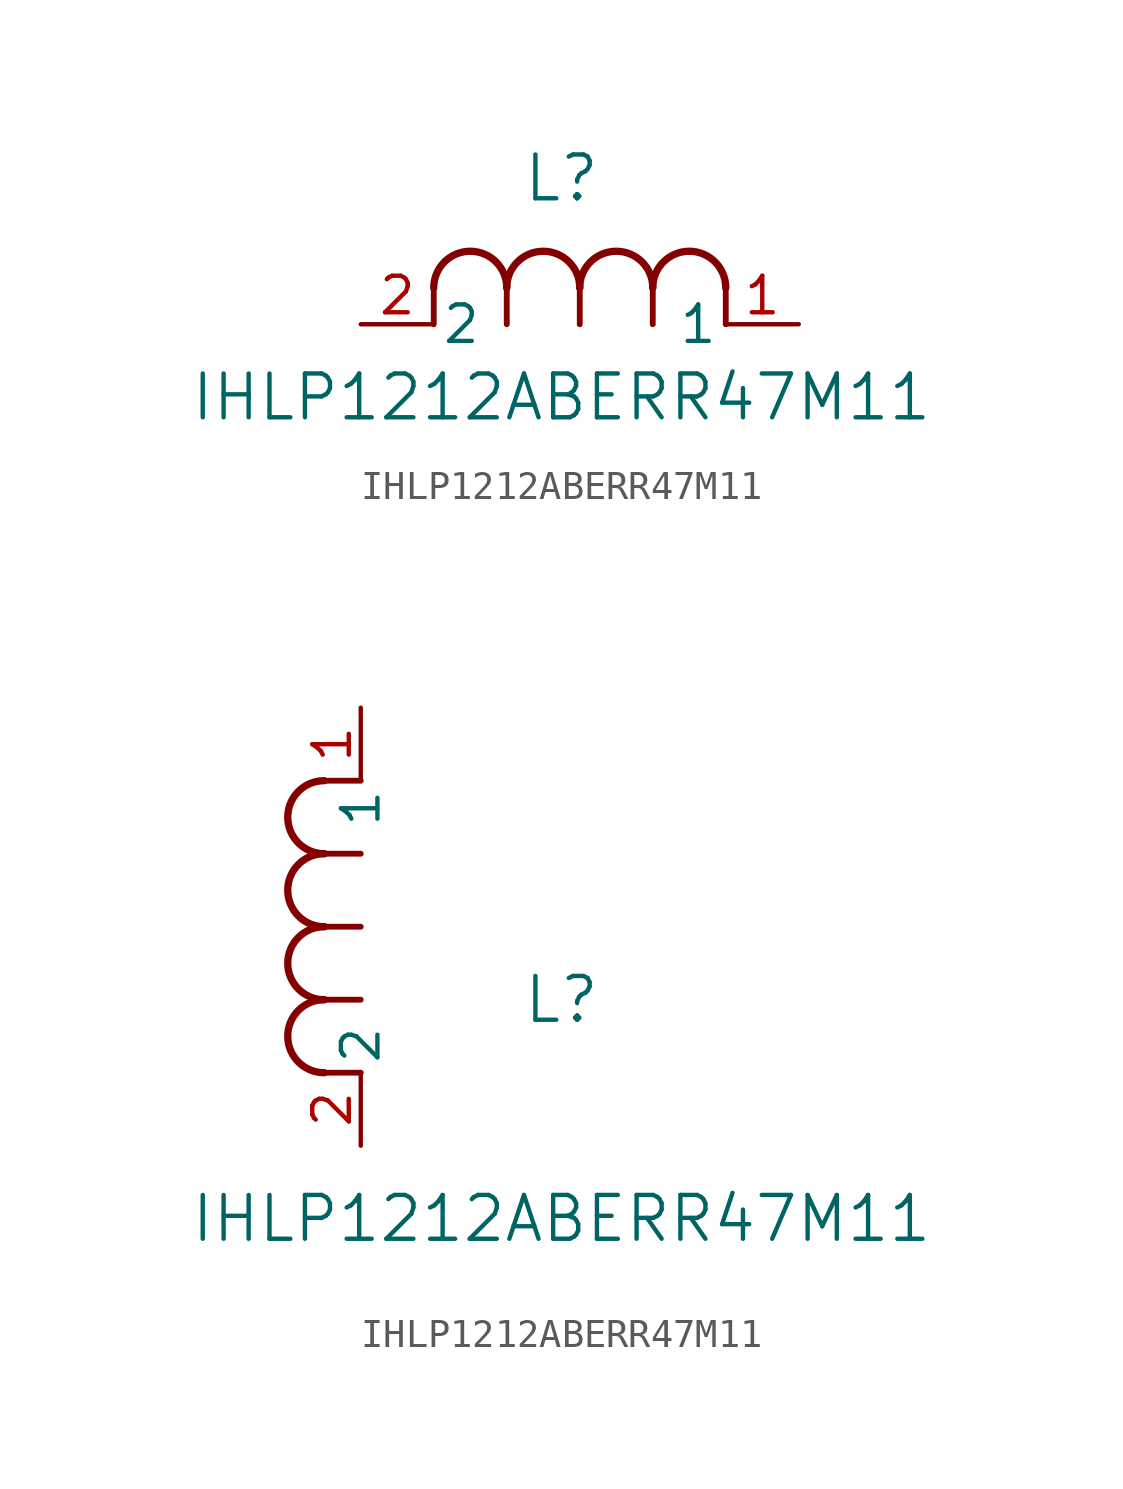
<source format=kicad_sym>
(kicad_symbol_lib
  (version 20211014)
  (generator kicad_symbol_editor)
  (symbol "IHLP1212ABERR47M11"
    (pin_names
      (offset 0.254))
    (property "Reference" "L"
      (at 6.985 5.08 0)
      (effects (font (size 1.524 1.524))))
    (property "Value" "IHLP1212ABERR47M11"
      (at 6.985 -2.54 0)
      (effects (font (size 1.524 1.524))))
    (symbol "IHLP1212ABERR47M11_1_1"
      (arc (start 7.62 1.27) (mid 6.35 2.54) (end 5.08 1.27) (stroke (width 0.254) (type default) (color 0 0 0 0)) (fill (type none)))
      (polyline (pts (xy 5.08 0) (xy 5.08 1.27)) (stroke (width 0.203) (type default) (color 0 0 0 0)) (fill (type none)))
      (polyline (pts (xy 7.62 0) (xy 7.62 1.27)) (stroke (width 0.203) (type default) (color 0 0 0 0)) (fill (type none)))
      (polyline (pts (xy 12.7 0) (xy 12.7 1.27)) (stroke (width 0.203) (type default) (color 0 0 0 0)) (fill (type none)))
      (arc (start 5.08 1.27) (mid 3.81 2.54) (end 2.54 1.27) (stroke (width 0.254) (type default) (color 0 0 0 0)) (fill (type none)))
      (arc (start 10.16 1.27) (mid 8.89 2.54) (end 7.62 1.27) (stroke (width 0.254) (type default) (color 0 0 0 0)) (fill (type none)))
      (arc (start 12.7 1.27) (mid 11.43 2.54) (end 10.16 1.27) (stroke (width 0.254) (type default) (color 0 0 0 0)) (fill (type none)))
      (polyline (pts (xy 2.54 0) (xy 2.54 1.27)) (stroke (width 0.203) (type default) (color 0 0 0 0)) (fill (type none)))
      (polyline (pts (xy 10.16 0) (xy 10.16 1.27)) (stroke (width 0.203) (type default) (color 0 0 0 0)) (fill (type none)))
      (pin unspecified line (at 0 0 0) (length 2.54) (name "2" (effects (font (size 1.27 1.27)))) (number "2" (effects (font (size 1.27 1.27)))))
      (pin unspecified line (at 15.24 0 180) (length 2.54) (name "1" (effects (font (size 1.27 1.27)))) (number "1" (effects (font (size 1.27 1.27))))))
    (symbol "IHLP1212ABERR47M11_1_2"
      (arc (start -1.27 7.62) (mid -2.54 6.35) (end -1.27 5.08) (stroke (width 0.254) (type default) (color 0 0 0 0)) (fill (type none)))
      (arc (start -1.27 5.08) (mid -2.54 3.81) (end -1.27 2.54) (stroke (width 0.254) (type default) (color 0 0 0 0)) (fill (type none)))
      (arc (start -1.27 12.7) (mid -2.54 11.43) (end -1.27 10.16) (stroke (width 0.254) (type default) (color 0 0 0 0)) (fill (type none)))
      (arc (start -1.27 10.16) (mid -2.54 8.89) (end -1.27 7.62) (stroke (width 0.254) (type default) (color 0 0 0 0)) (fill (type none)))
      (polyline (pts (xy 0 7.62) (xy -1.27 7.62)) (stroke (width 0.203) (type default) (color 0 0 0 0)) (fill (type none)))
      (polyline (pts (xy 0 5.08) (xy -1.27 5.08)) (stroke (width 0.203) (type default) (color 0 0 0 0)) (fill (type none)))
      (polyline (pts (xy 0 12.7) (xy -1.27 12.7)) (stroke (width 0.203) (type default) (color 0 0 0 0)) (fill (type none)))
      (polyline (pts (xy 0 2.54) (xy -1.27 2.54)) (stroke (width 0.203) (type default) (color 0 0 0 0)) (fill (type none)))
      (polyline (pts (xy 0 10.16) (xy -1.27 10.16)) (stroke (width 0.203) (type default) (color 0 0 0 0)) (fill (type none)))
      (pin unspecified line (at 0 0 90) (length 2.54) (name "2" (effects (font (size 1.27 1.27)))) (number "2" (effects (font (size 1.27 1.27)))))
      (pin unspecified line (at 0 15.24 270) (length 2.54) (name "1" (effects (font (size 1.27 1.27)))) (number "1" (effects (font (size 1.27 1.27))))))))
</source>
